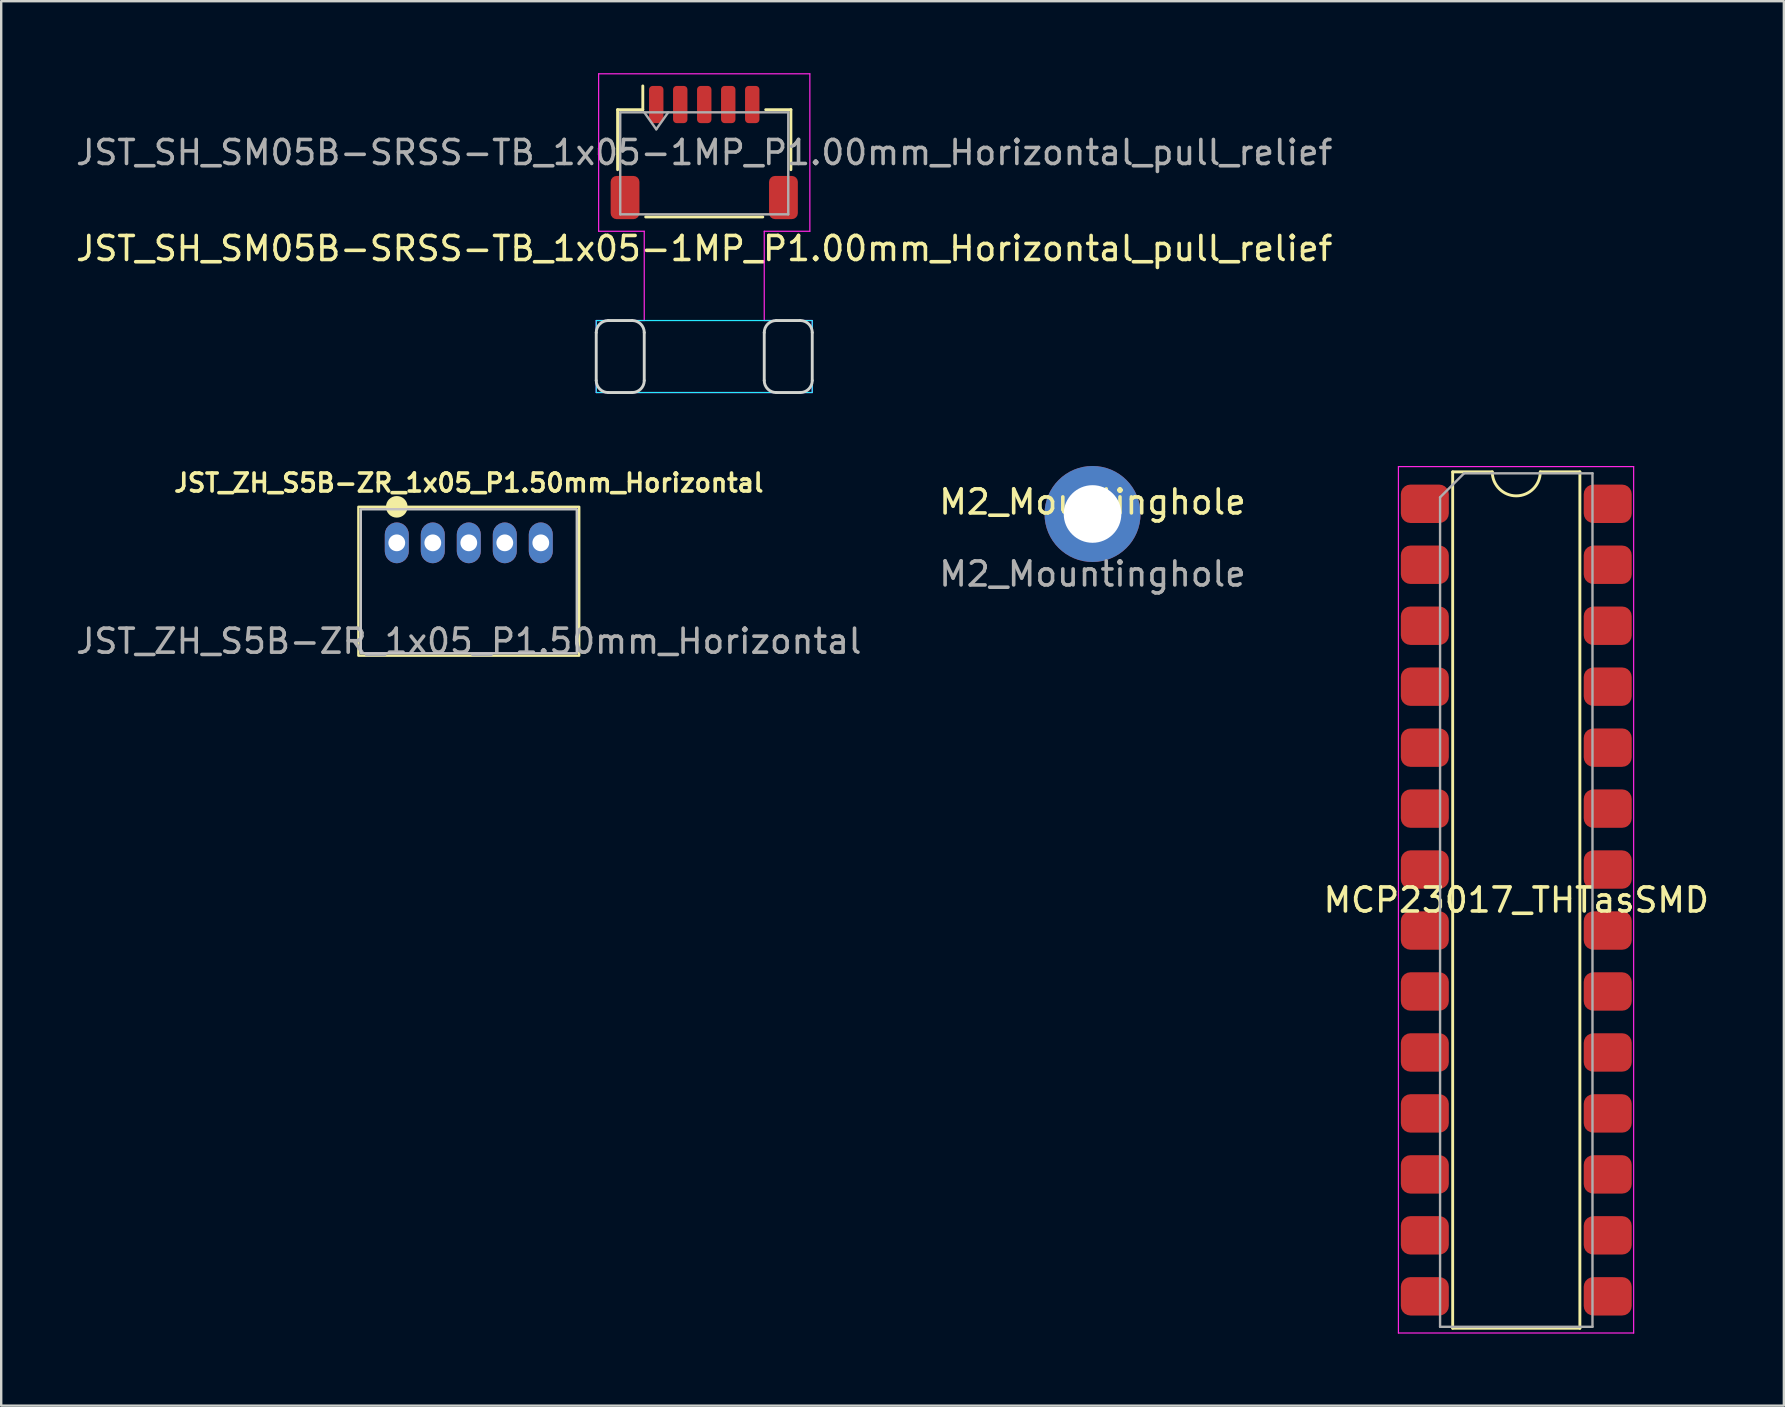
<source format=kicad_pcb>
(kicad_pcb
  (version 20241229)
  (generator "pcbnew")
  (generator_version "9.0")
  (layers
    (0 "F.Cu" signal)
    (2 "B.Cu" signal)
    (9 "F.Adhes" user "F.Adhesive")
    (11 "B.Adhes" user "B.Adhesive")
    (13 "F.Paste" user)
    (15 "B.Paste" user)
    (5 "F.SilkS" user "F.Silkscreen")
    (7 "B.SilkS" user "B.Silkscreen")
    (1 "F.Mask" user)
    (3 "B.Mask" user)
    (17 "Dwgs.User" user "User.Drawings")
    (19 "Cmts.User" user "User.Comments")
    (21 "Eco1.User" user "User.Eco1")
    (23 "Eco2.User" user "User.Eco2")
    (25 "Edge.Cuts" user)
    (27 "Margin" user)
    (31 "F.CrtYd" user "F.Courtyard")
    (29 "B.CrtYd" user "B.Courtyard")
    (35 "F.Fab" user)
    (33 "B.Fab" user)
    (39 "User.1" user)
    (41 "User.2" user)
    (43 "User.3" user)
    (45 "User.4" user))
  (footprint "JST_SH_SM05B-SRSS-TB_1x05-1MP_P1.00mm_Horizontal_pull_relief"
    (layer "F.Cu")
    (at 26.292 3.305)
    (property "Reference" "JST_SH_SM05B-SRSS-TB_1x05-1MP_P1.00mm_Horizontal_pull_relief" (at 0 4 0) (layer "F.SilkS") (effects (font (size 1 1) (thickness 0.15))))
    (attr smd)
    (fp_line (start -3.61 -1.785) (end -2.56 -1.785) (stroke (width 0.12) (type solid)) (layer "F.SilkS"))
    (fp_line (start -3.61 0.715) (end -3.61 -1.785) (stroke (width 0.12) (type solid)) (layer "F.SilkS"))
    (fp_line (start -2.56 -1.785) (end -2.56 -2.775) (stroke (width 0.12) (type solid)) (layer "F.SilkS"))
    (fp_line (start -2.44 2.685) (end 2.44 2.685) (stroke (width 0.12) (type solid)) (layer "F.SilkS"))
    (fp_line (start 3.61 -1.785) (end 2.56 -1.785) (stroke (width 0.12) (type solid)) (layer "F.SilkS"))
    (fp_line (start 3.61 0.715) (end 3.61 -1.785) (stroke (width 0.12) (type solid)) (layer "F.SilkS"))
    (fp_line (start -4.5 9.5) (end -4.5 7.5) (stroke (width 0.12) (type default)) (layer "Edge.Cuts"))
    (fp_line (start -4 7) (end -3 7) (stroke (width 0.12) (type default)) (layer "Edge.Cuts"))
    (fp_line (start -3 10) (end -4 10) (stroke (width 0.12) (type default)) (layer "Edge.Cuts"))
    (fp_line (start -2.5 7.5) (end -2.5 9.5) (stroke (width 0.12) (type default)) (layer "Edge.Cuts"))
    (fp_line (start 2.5 9.5) (end 2.5 7.5) (stroke (width 0.12) (type default)) (layer "Edge.Cuts"))
    (fp_line (start 3 7) (end 4 7) (stroke (width 0.12) (type default)) (layer "Edge.Cuts"))
    (fp_line (start 4 10) (end 3 10) (stroke (width 0.12) (type default)) (layer "Edge.Cuts"))
    (fp_line (start 4.5 7.5) (end 4.5 9.5) (stroke (width 0.12) (type default)) (layer "Edge.Cuts"))
    (fp_arc (start -4.5 7.5) (mid -4.353553 7.146447) (end -4 7) (stroke (width 0.12) (type default)) (layer "Edge.Cuts"))
    (fp_arc (start -4 10) (mid -4.353553 9.853553) (end -4.5 9.5) (stroke (width 0.12) (type default)) (layer "Edge.Cuts"))
    (fp_arc (start -3 7) (mid -2.646447 7.146447) (end -2.5 7.5) (stroke (width 0.12) (type default)) (layer "Edge.Cuts"))
    (fp_arc (start -2.5 9.5) (mid -2.646447 9.853553) (end -3 10) (stroke (width 0.12) (type default)) (layer "Edge.Cuts"))
    (fp_arc (start 2.5 7.5) (mid 2.646447 7.146447) (end 3 7) (stroke (width 0.12) (type default)) (layer "Edge.Cuts"))
    (fp_arc (start 3 10) (mid 2.646447 9.853553) (end 2.5 9.5) (stroke (width 0.12) (type default)) (layer "Edge.Cuts"))
    (fp_arc (start 4 7) (mid 4.353553 7.146447) (end 4.5 7.5) (stroke (width 0.12) (type default)) (layer "Edge.Cuts"))
    (fp_arc (start 4.5 9.5) (mid 4.353553 9.853553) (end 4 10) (stroke (width 0.12) (type default)) (layer "Edge.Cuts"))
    (fp_rect (start -4.5 7) (end 4.5 10) (stroke (width 0.05) (type default)) (fill no) (layer "B.CrtYd"))
    (fp_line (start -4.5 7) (end -4.5 10) (stroke (width 0.05) (type default)) (layer "F.CrtYd"))
    (fp_line (start -4.5 10) (end 4.5 10) (stroke (width 0.05) (type default)) (layer "F.CrtYd"))
    (fp_line (start -4.4 -3.28) (end -4.4 3.28) (stroke (width 0.05) (type solid)) (layer "F.CrtYd"))
    (fp_line (start -4.4 3.28) (end -2.5 3.28) (stroke (width 0.05) (type solid)) (layer "F.CrtYd"))
    (fp_line (start -2.5 3.28) (end -2.5 7) (stroke (width 0.05) (type solid)) (layer "F.CrtYd"))
    (fp_line (start -2.5 7) (end -4.5 7) (stroke (width 0.05) (type default)) (layer "F.CrtYd"))
    (fp_line (start 2.5 3.28) (end 4.4 3.28) (stroke (width 0.05) (type solid)) (layer "F.CrtYd"))
    (fp_line (start 2.5 7) (end 2.5 3.28) (stroke (width 0.05) (type default)) (layer "F.CrtYd"))
    (fp_line (start 4.4 -3.28) (end -4.4 -3.28) (stroke (width 0.05) (type solid)) (layer "F.CrtYd"))
    (fp_line (start 4.4 3.28) (end 4.4 -3.28) (stroke (width 0.05) (type solid)) (layer "F.CrtYd"))
    (fp_line (start 4.5 7) (end 2.5 7) (stroke (width 0.05) (type default)) (layer "F.CrtYd"))
    (fp_line (start 4.5 10) (end 4.5 7) (stroke (width 0.05) (type default)) (layer "F.CrtYd"))
    (fp_line (start -3.5 -1.675) (end -3.5 2.575) (stroke (width 0.1) (type solid)) (layer "F.Fab"))
    (fp_line (start -3.5 -1.675) (end 3.5 -1.675) (stroke (width 0.1) (type solid)) (layer "F.Fab"))
    (fp_line (start -3.5 2.575) (end 3.5 2.575) (stroke (width 0.1) (type solid)) (layer "F.Fab"))
    (fp_line (start -2.5 -1.675) (end -2 -0.968) (stroke (width 0.1) (type solid)) (layer "F.Fab"))
    (fp_line (start -2 -0.968) (end -1.5 -1.675) (stroke (width 0.1) (type solid)) (layer "F.Fab"))
    (fp_line (start 3.5 -1.675) (end 3.5 2.575) (stroke (width 0.1) (type solid)) (layer "F.Fab"))
    (fp_text user "${REFERENCE}" (at 0 0 0) (layer "F.Fab") (effects (font (size 1 1) (thickness 0.15))))
    (pad "1" smd roundrect (at -2 -2) (size 0.6 1.55) (layers "F.Cu" "F.Mask" "F.Paste") (roundrect_rratio 0.25))
    (pad "2" smd roundrect (at -1 -2) (size 0.6 1.55) (layers "F.Cu" "F.Mask" "F.Paste") (roundrect_rratio 0.25))
    (pad "3" smd roundrect (at 0 -2) (size 0.6 1.55) (layers "F.Cu" "F.Mask" "F.Paste") (roundrect_rratio 0.25))
    (pad "4" smd roundrect (at 1 -2) (size 0.6 1.55) (layers "F.Cu" "F.Mask" "F.Paste") (roundrect_rratio 0.25))
    (pad "5" smd roundrect (at 2 -2) (size 0.6 1.55) (layers "F.Cu" "F.Mask" "F.Paste") (roundrect_rratio 0.25))
    (pad "MP" smd roundrect (at -3.3 1.875) (size 1.2 1.8) (layers "F.Cu" "F.Mask" "F.Paste") (roundrect_rratio 0.208))
    (pad "MP" smd roundrect (at 3.3 1.875) (size 1.2 1.8) (layers "F.Cu" "F.Mask" "F.Paste") (roundrect_rratio 0.208)))
  (footprint "M2_Mountinghole"
    (layer "F.Cu")
    (at 42.47 18.365)
    (property "Reference" "M2_Mountinghole" (at 0 -0.5 0) (unlocked yes) (layer "F.SilkS") (effects (font (size 1 1) (thickness 0.15))))
    (fp_text user "${REFERENCE}" (at 0 2.5 0) (unlocked yes) (layer "F.Fab") (effects (font (size 1 1) (thickness 0.15))))
    (pad "" thru_hole circle (at 0 0) (size 4 4) (drill 2.4) (layers "*.Cu" "*.Mask")))
  (footprint "MCP23017_THTasSMD"
    (layer "F.Cu")
    (at 60.125 34.45)
    (property "Reference" "MCP23017_THTasSMD" (at 0 0 0) (unlocked yes) (layer "F.SilkS") (effects (font (size 1 1) (thickness 0.15))))
    (attr smd)
    (fp_line (start -2.65 -17.84) (end -2.65 17.84) (stroke (width 0.12) (type solid)) (layer "F.SilkS"))
    (fp_line (start -2.65 17.84) (end 2.65 17.84) (stroke (width 0.12) (type solid)) (layer "F.SilkS"))
    (fp_line (start -1 -17.84) (end -2.65 -17.84) (stroke (width 0.12) (type solid)) (layer "F.SilkS"))
    (fp_line (start 2.65 -17.84) (end 1 -17.84) (stroke (width 0.12) (type solid)) (layer "F.SilkS"))
    (fp_line (start 2.65 17.84) (end 2.65 -17.84) (stroke (width 0.12) (type solid)) (layer "F.SilkS"))
    (fp_arc (start 1 -17.84) (mid 0 -16.84) (end -1 -17.84) (stroke (width 0.12) (type solid)) (layer "F.SilkS"))
    (fp_line (start -4.91 -18.06) (end -4.91 18.04) (stroke (width 0.05) (type solid)) (layer "F.CrtYd"))
    (fp_line (start -4.91 18.04) (end 4.89 18.04) (stroke (width 0.05) (type solid)) (layer "F.CrtYd"))
    (fp_line (start 4.89 -18.06) (end -4.91 -18.06) (stroke (width 0.05) (type solid)) (layer "F.CrtYd"))
    (fp_line (start 4.89 18.04) (end 4.89 -18.06) (stroke (width 0.05) (type solid)) (layer "F.CrtYd"))
    (fp_line (start -3.175 -16.78) (end -2.175 -17.78) (stroke (width 0.1) (type solid)) (layer "F.Fab"))
    (fp_line (start -3.175 17.78) (end -3.175 -16.78) (stroke (width 0.1) (type solid)) (layer "F.Fab"))
    (fp_line (start -2.175 -17.78) (end 3.175 -17.78) (stroke (width 0.1) (type solid)) (layer "F.Fab"))
    (fp_line (start 3.175 -17.78) (end 3.175 17.78) (stroke (width 0.1) (type solid)) (layer "F.Fab"))
    (fp_line (start 3.175 17.78) (end -3.175 17.78) (stroke (width 0.1) (type solid)) (layer "F.Fab"))
    (pad "1" smd roundrect (at -3.81 -16.51) (size 2 1.6) (layers "F.Cu" "F.Mask" "F.Paste") (roundrect_rratio 0.25))
    (pad "2" smd roundrect (at -3.81 -13.97) (size 2 1.6) (layers "F.Cu" "F.Mask" "F.Paste") (roundrect_rratio 0.25))
    (pad "3" smd roundrect (at -3.81 -11.43) (size 2 1.6) (layers "F.Cu" "F.Mask" "F.Paste") (roundrect_rratio 0.25))
    (pad "4" smd roundrect (at -3.81 -8.89) (size 2 1.6) (layers "F.Cu" "F.Mask" "F.Paste") (roundrect_rratio 0.25))
    (pad "5" smd roundrect (at -3.81 -6.35) (size 2 1.6) (layers "F.Cu" "F.Mask" "F.Paste") (roundrect_rratio 0.25))
    (pad "6" smd roundrect (at -3.81 -3.81) (size 2 1.6) (layers "F.Cu" "F.Mask" "F.Paste") (roundrect_rratio 0.25))
    (pad "7" smd roundrect (at -3.81 -1.27) (size 2 1.6) (layers "F.Cu" "F.Mask" "F.Paste") (roundrect_rratio 0.25))
    (pad "8" smd roundrect (at -3.81 1.27) (size 2 1.6) (layers "F.Cu" "F.Mask" "F.Paste") (roundrect_rratio 0.25))
    (pad "9" smd roundrect (at -3.81 3.81) (size 2 1.6) (layers "F.Cu" "F.Mask" "F.Paste") (roundrect_rratio 0.25))
    (pad "10" smd roundrect (at -3.81 6.35) (size 2 1.6) (layers "F.Cu" "F.Mask" "F.Paste") (roundrect_rratio 0.25))
    (pad "11" smd roundrect (at -3.81 8.89) (size 2 1.6) (layers "F.Cu" "F.Mask" "F.Paste") (roundrect_rratio 0.25))
    (pad "12" smd roundrect (at -3.81 11.43) (size 2 1.6) (layers "F.Cu" "F.Mask" "F.Paste") (roundrect_rratio 0.25))
    (pad "13" smd roundrect (at -3.81 13.97) (size 2 1.6) (layers "F.Cu" "F.Mask" "F.Paste") (roundrect_rratio 0.25))
    (pad "14" smd roundrect (at -3.81 16.51) (size 2 1.6) (layers "F.Cu" "F.Mask" "F.Paste") (roundrect_rratio 0.25))
    (pad "15" smd roundrect (at 3.81 16.51) (size 2 1.6) (layers "F.Cu" "F.Mask" "F.Paste") (roundrect_rratio 0.25))
    (pad "16" smd roundrect (at 3.81 13.97) (size 2 1.6) (layers "F.Cu" "F.Mask" "F.Paste") (roundrect_rratio 0.25))
    (pad "17" smd roundrect (at 3.81 11.43) (size 2 1.6) (layers "F.Cu" "F.Mask" "F.Paste") (roundrect_rratio 0.25))
    (pad "18" smd roundrect (at 3.81 8.89) (size 2 1.6) (layers "F.Cu" "F.Mask" "F.Paste") (roundrect_rratio 0.25))
    (pad "19" smd roundrect (at 3.81 6.35) (size 2 1.6) (layers "F.Cu" "F.Mask" "F.Paste") (roundrect_rratio 0.25))
    (pad "20" smd roundrect (at 3.81 3.81) (size 2 1.6) (layers "F.Cu" "F.Mask" "F.Paste") (roundrect_rratio 0.25))
    (pad "21" smd roundrect (at 3.81 1.27) (size 2 1.6) (layers "F.Cu" "F.Mask" "F.Paste") (roundrect_rratio 0.25))
    (pad "22" smd roundrect (at 3.81 -1.27) (size 2 1.6) (layers "F.Cu" "F.Mask" "F.Paste") (roundrect_rratio 0.25))
    (pad "23" smd roundrect (at 3.81 -3.81) (size 2 1.6) (layers "F.Cu" "F.Mask" "F.Paste") (roundrect_rratio 0.25))
    (pad "24" smd roundrect (at 3.81 -6.35) (size 2 1.6) (layers "F.Cu" "F.Mask" "F.Paste") (roundrect_rratio 0.25))
    (pad "25" smd roundrect (at 3.81 -8.89) (size 2 1.6) (layers "F.Cu" "F.Mask" "F.Paste") (roundrect_rratio 0.25))
    (pad "26" smd roundrect (at 3.81 -11.43) (size 2 1.6) (layers "F.Cu" "F.Mask" "F.Paste") (roundrect_rratio 0.25))
    (pad "27" smd roundrect (at 3.81 -13.97) (size 2 1.6) (layers "F.Cu" "F.Mask" "F.Paste") (roundrect_rratio 0.25))
    (pad "28" smd roundrect (at 3.81 -16.51) (size 2 1.6) (layers "F.Cu" "F.Mask" "F.Paste") (roundrect_rratio 0.25)))
  (footprint "JST_ZH_S5B-ZR_1x05_P1.50mm_Horizontal"
    (layer "F.Cu")
    (at 16.482 21.167)
    (property "Reference" "JST_ZH_S5B-ZR_1x05_P1.50mm_Horizontal" (at 0 -4.1 0) (unlocked yes) (layer "F.SilkS") (effects (font (size 0.75 0.75) (thickness 0.15) (bold yes))))
    (attr through_hole)
    (fp_rect (start -4.6 -3.1) (end 4.6 3.1) (stroke (width 0.1) (type default)) (fill no) (layer "F.SilkS"))
    (fp_circle (center -3 -3.1) (end -2.6 -3.1) (stroke (width 0.1) (type solid)) (fill yes) (layer "F.SilkS"))
    (fp_rect (start -4.5 -3) (end 4.5 3) (stroke (width 0.1) (type default)) (fill no) (layer "Dwgs.User"))
    (fp_rect (start -4.5 -3) (end 4.5 3) (stroke (width 0.05) (type default)) (fill no) (layer "F.CrtYd"))
    (fp_text user "${REFERENCE}" (at 0 2.5 0) (unlocked yes) (layer "F.Fab") (effects (font (size 1 1) (thickness 0.15))))
    (pad "1" thru_hole roundrect (at -3 -1.6) (size 1 1.7) (drill 0.7) (layers "*.Cu" "*.Mask") (roundrect_rratio 0.5))
    (pad "2" thru_hole roundrect (at -1.5 -1.6) (size 1 1.7) (drill 0.7) (layers "*.Cu" "*.Mask") (roundrect_rratio 0.5))
    (pad "3" thru_hole roundrect (at 0 -1.6) (size 1 1.7) (drill 0.7) (layers "*.Cu" "*.Mask") (roundrect_rratio 0.5))
    (pad "4" thru_hole roundrect (at 1.5 -1.6) (size 1 1.7) (drill 0.7) (layers "*.Cu" "*.Mask") (roundrect_rratio 0.5))
    (pad "5" thru_hole roundrect (at 3 -1.6) (size 1 1.7) (drill 0.7) (layers "*.Cu" "*.Mask") (roundrect_rratio 0.5)))
  (gr_rect
    (start -3 -3)
    (end 71.274 55.515)
    (stroke (width 0.1) (type default))
    (fill no)
    (layer "Edge.Cuts")))
</source>
